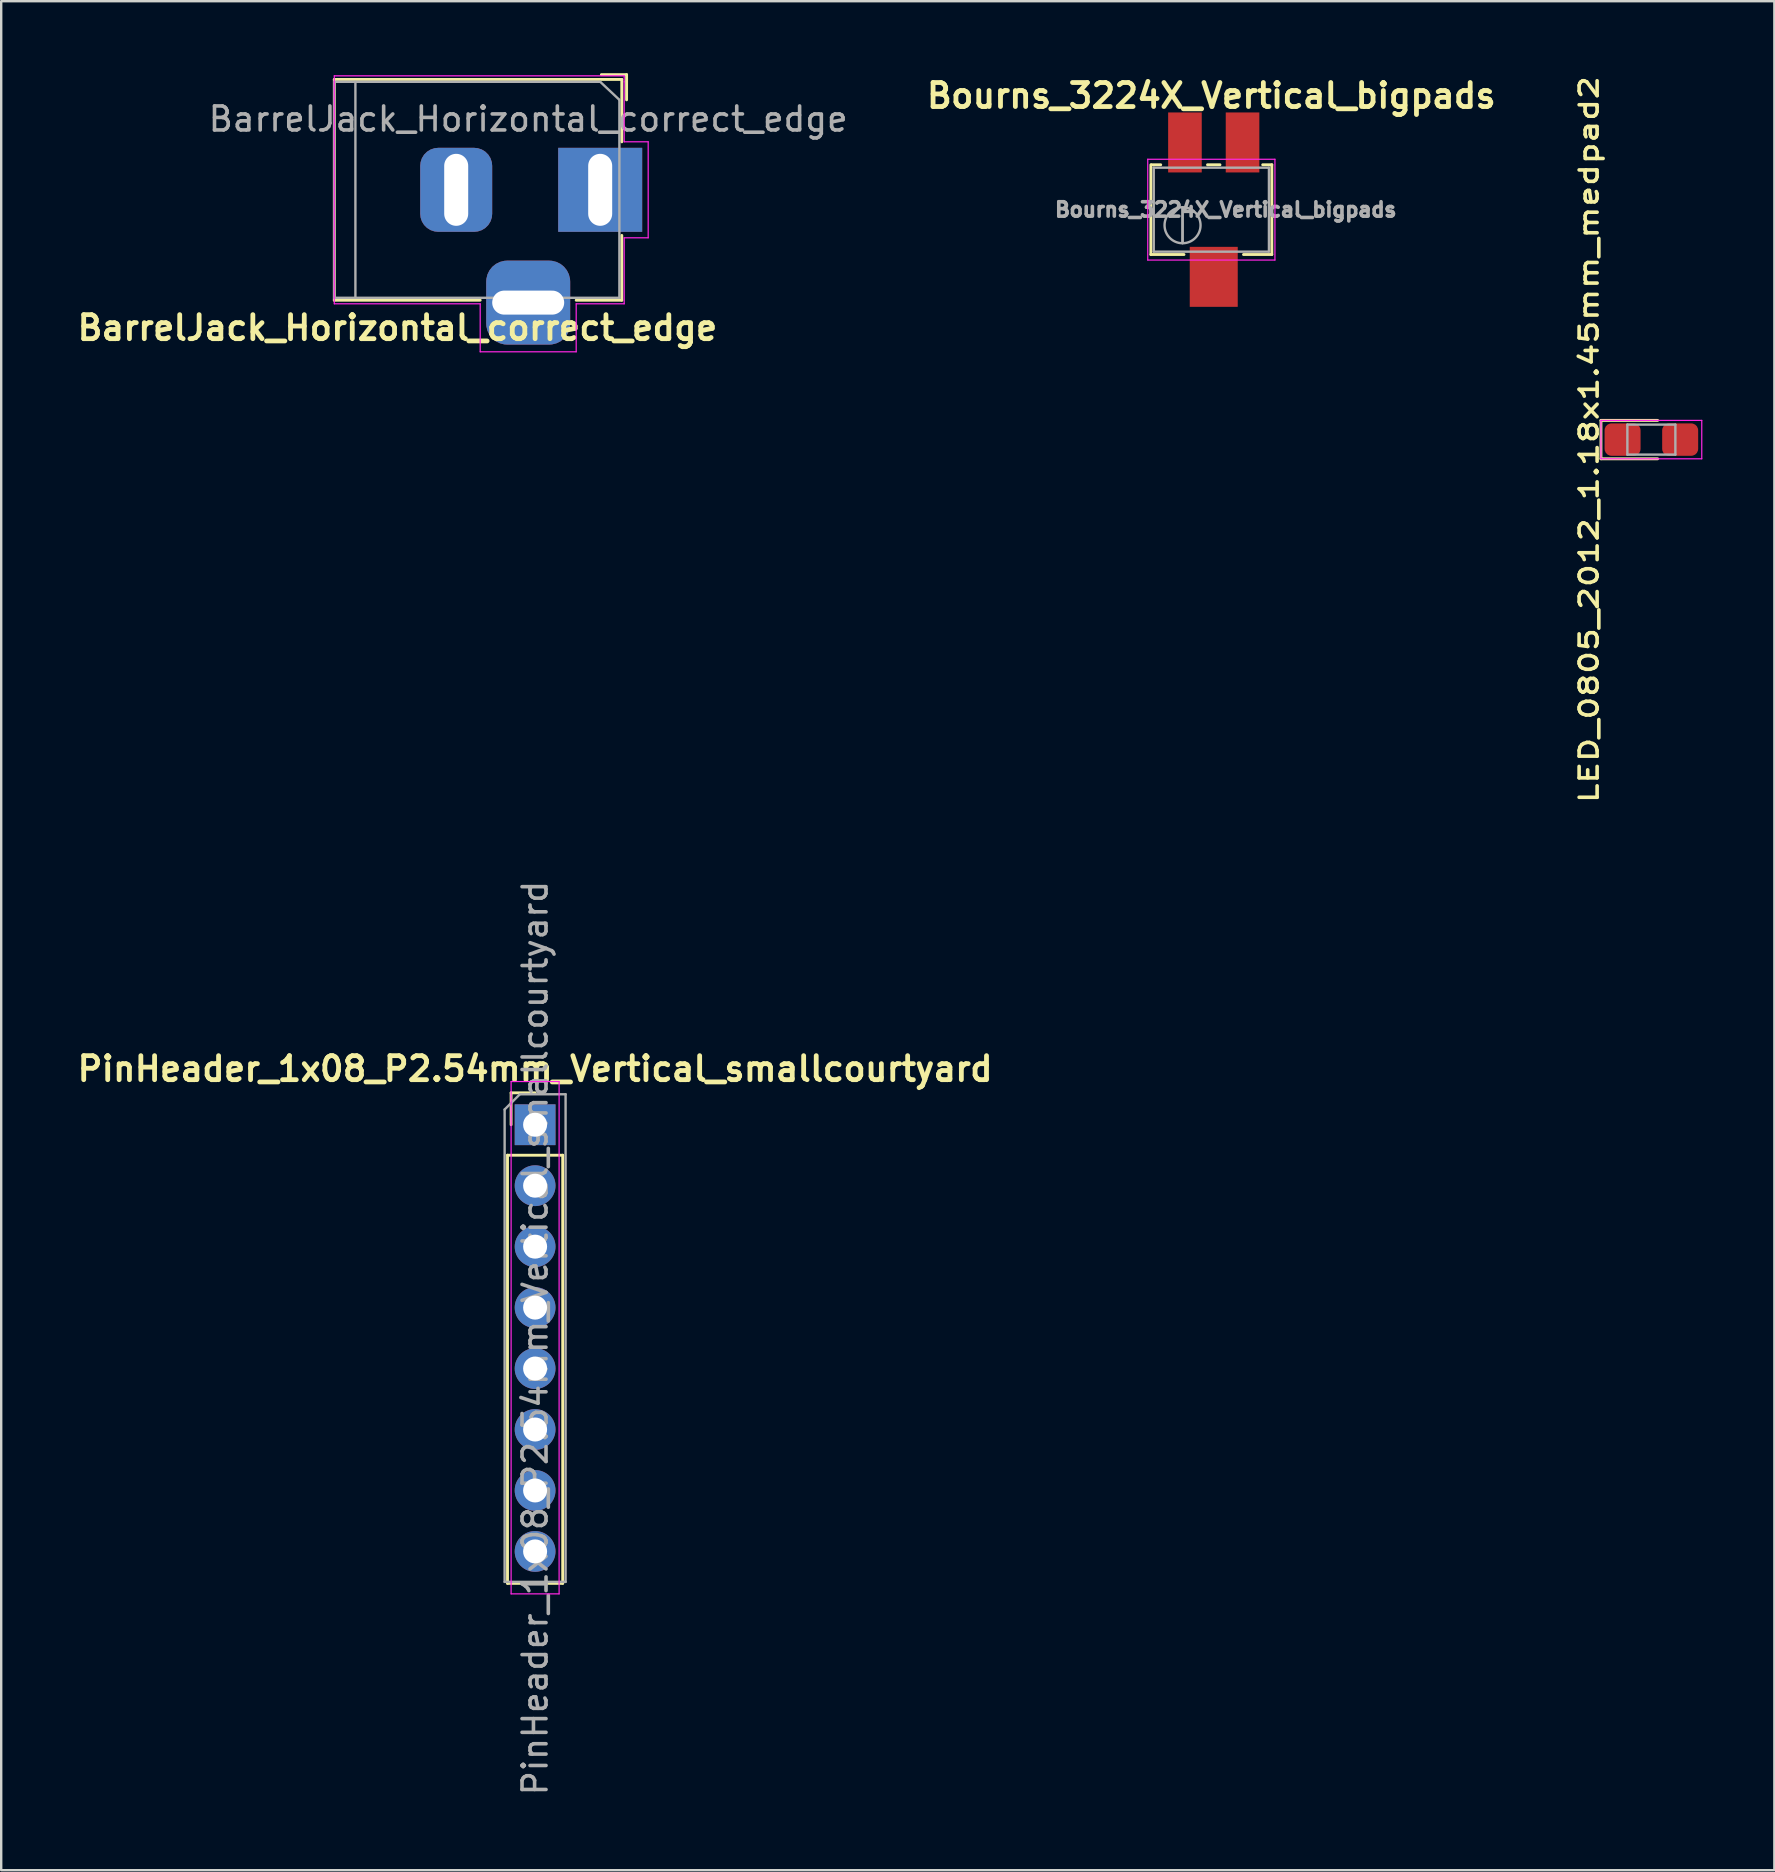
<source format=kicad_pcb>
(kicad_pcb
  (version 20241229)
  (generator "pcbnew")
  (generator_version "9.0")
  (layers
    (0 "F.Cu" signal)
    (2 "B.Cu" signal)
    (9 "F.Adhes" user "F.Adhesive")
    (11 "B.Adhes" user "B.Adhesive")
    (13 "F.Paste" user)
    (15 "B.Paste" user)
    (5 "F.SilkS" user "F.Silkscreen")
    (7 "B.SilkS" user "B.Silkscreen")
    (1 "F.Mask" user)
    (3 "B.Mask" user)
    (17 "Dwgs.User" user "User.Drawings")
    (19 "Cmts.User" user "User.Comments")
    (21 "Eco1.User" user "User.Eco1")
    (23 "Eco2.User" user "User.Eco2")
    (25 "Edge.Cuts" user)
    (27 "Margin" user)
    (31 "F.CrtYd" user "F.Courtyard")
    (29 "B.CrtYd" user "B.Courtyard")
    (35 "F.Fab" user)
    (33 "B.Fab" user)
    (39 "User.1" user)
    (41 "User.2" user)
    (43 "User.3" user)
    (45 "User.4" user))
  (footprint "Bourns_3224X_Vertical_bigpads"
    (layer "F.Cu")
    (at 47.527 5.686)
    (property "Reference" "Bourns_3224X_Vertical_bigpads" (at -0.1 -4.75 0) (layer "F.SilkS") (effects (font (size 1 1) (thickness 0.2) (bold yes))))
    (attr smd)
    (fp_line (start -2.62 -1.87) (end -2.62 1.87) (stroke (width 0.12) (type solid)) (layer "F.SilkS"))
    (fp_line (start -2.62 1.87) (end -1.24 1.87) (stroke (width 0.12) (type solid)) (layer "F.SilkS"))
    (fp_line (start -2.59 -1.87) (end -2.21 -1.87) (stroke (width 0.12) (type solid)) (layer "F.SilkS"))
    (fp_line (start -0.26 -1.87) (end 0.26 -1.87) (stroke (width 0.12) (type solid)) (layer "F.SilkS"))
    (fp_line (start 1.24 1.87) (end 2.42 1.87) (stroke (width 0.12) (type solid)) (layer "F.SilkS"))
    (fp_line (start 2.04 -1.87) (end 2.42 -1.87) (stroke (width 0.12) (type solid)) (layer "F.SilkS"))
    (fp_line (start 2.42 -1.87) (end 2.42 1.87) (stroke (width 0.12) (type solid)) (layer "F.SilkS"))
    (fp_line (start -2.75 -2.1) (end -2.75 2.1) (stroke (width 0.05) (type solid)) (layer "F.CrtYd"))
    (fp_line (start -2.75 2.1) (end 2.55 2.1) (stroke (width 0.05) (type solid)) (layer "F.CrtYd"))
    (fp_line (start 2.55 -2.1) (end -2.75 -2.1) (stroke (width 0.05) (type solid)) (layer "F.CrtYd"))
    (fp_line (start 2.55 2.1) (end 2.55 -2.1) (stroke (width 0.05) (type solid)) (layer "F.CrtYd"))
    (fp_line (start -2.5 -1.75) (end -2.5 1.75) (stroke (width 0.1) (type solid)) (layer "F.Fab"))
    (fp_line (start -2.5 1.75) (end 2.3 1.75) (stroke (width 0.1) (type solid)) (layer "F.Fab"))
    (fp_line (start -1.3 1.393) (end -1.299 -0.092) (stroke (width 0.1) (type solid)) (layer "F.Fab"))
    (fp_line (start -1.3 1.393) (end -1.299 -0.092) (stroke (width 0.1) (type solid)) (layer "F.Fab"))
    (fp_line (start 2.3 -1.75) (end -2.5 -1.75) (stroke (width 0.1) (type solid)) (layer "F.Fab"))
    (fp_line (start 2.3 1.75) (end 2.3 -1.75) (stroke (width 0.1) (type solid)) (layer "F.Fab"))
    (fp_circle (center -1.3 0.65) (end -0.55 0.65) (stroke (width 0.1) (type solid)) (fill no) (layer "F.Fab"))
    (fp_text user "${REFERENCE}" (at 0.5 0 0) (layer "F.Fab") (effects (font (size 0.6 0.6) (thickness 0.15))))
    (pad "1" smd rect (at 1.2 -2.8) (size 1.4 2.5) (layers "F.Cu" "F.Mask" "F.Paste"))
    (pad "2" smd rect (at 0 2.8) (size 2 2.5) (layers "F.Cu" "F.Mask" "F.Paste"))
    (pad "3" smd rect (at -1.2 -2.8) (size 1.4 2.5) (layers "F.Cu" "F.Mask" "F.Paste")))
  (footprint "LED_0805_2012_1.18x1.45mm_medpad2"
    (layer "F.Cu")
    (at 65.763 15.268)
    (property "Reference" "LED_0805_2012_1.18x1.45mm_medpad2" (at -2.6 0 90) (layer "F.SilkS") (effects (font (size 0.75 1) (thickness 0.15) (bold yes))))
    (attr smd)
    (fp_line (start -2.1 -0.8) (end 0.261 -0.8) (stroke (width 0.12) (type solid)) (layer "F.SilkS"))
    (fp_line (start -2.1 0.8) (end -2.1 -0.8) (stroke (width 0.12) (type solid)) (layer "F.SilkS"))
    (fp_line (start -2.1 0.8) (end 0.261 0.8) (stroke (width 0.12) (type solid)) (layer "F.SilkS"))
    (fp_line (start -2.1 -0.8) (end 2.1 -0.8) (stroke (width 0.05) (type solid)) (layer "F.CrtYd"))
    (fp_line (start -2.1 0.8) (end -2.1 -0.8) (stroke (width 0.05) (type solid)) (layer "F.CrtYd"))
    (fp_line (start 2.1 -0.8) (end 2.1 0.8) (stroke (width 0.05) (type solid)) (layer "F.CrtYd"))
    (fp_line (start 2.1 0.8) (end -2.1 0.8) (stroke (width 0.05) (type solid)) (layer "F.CrtYd"))
    (fp_line (start -1 -0.625) (end 1 -0.625) (stroke (width 0.1) (type solid)) (layer "F.Fab"))
    (fp_line (start -1 0.625) (end -1 -0.625) (stroke (width 0.1) (type solid)) (layer "F.Fab"))
    (fp_line (start 1 -0.625) (end 1 0.625) (stroke (width 0.1) (type solid)) (layer "F.Fab"))
    (fp_line (start 1 0.625) (end -1 0.625) (stroke (width 0.1) (type solid)) (layer "F.Fab"))
    (pad "1" smd roundrect (at -1.2 0) (size 1.5 1.35) (layers "F.Cu" "F.Mask" "F.Paste") (roundrect_rratio 0.213))
    (pad "2" smd roundrect (at 1.2 0) (size 1.5 1.35) (layers "F.Cu" "F.Mask" "F.Paste") (roundrect_rratio 0.213)))
  (footprint "BarrelJack_Horizontal_correct_edge"
    (layer "F.Cu")
    (at 21.96 4.86)
    (property "Reference" "BarrelJack_Horizontal_correct_edge" (at -8.45 5.75 0) (layer "F.SilkS") (effects (font (size 1 1) (thickness 0.2) (bold yes))))
    (attr through_hole)
    (fp_line (start -11.08 -4.6) (end 0.9 -4.6) (stroke (width 0.12) (type solid)) (layer "F.SilkS"))
    (fp_line (start -11.08 4.6) (end -11.08 -4.6) (stroke (width 0.12) (type solid)) (layer "F.SilkS"))
    (fp_line (start -5 4.6) (end -11.08 4.6) (stroke (width 0.12) (type solid)) (layer "F.SilkS"))
    (fp_line (start 0.05 -4.8) (end 1.1 -4.8) (stroke (width 0.12) (type solid)) (layer "F.SilkS"))
    (fp_line (start 0.9 -4.6) (end 0.9 -2) (stroke (width 0.12) (type solid)) (layer "F.SilkS"))
    (fp_line (start 0.9 1.9) (end 0.9 4.6) (stroke (width 0.12) (type solid)) (layer "F.SilkS"))
    (fp_line (start 0.9 4.6) (end -1 4.6) (stroke (width 0.12) (type solid)) (layer "F.SilkS"))
    (fp_line (start 1.1 -3.75) (end 1.1 -4.8) (stroke (width 0.12) (type solid)) (layer "F.SilkS"))
    (fp_line (start -11.08 4.75) (end -11.08 -4.75) (stroke (width 0.05) (type solid)) (layer "F.CrtYd"))
    (fp_line (start -5 4.75) (end -11.08 4.75) (stroke (width 0.05) (type solid)) (layer "F.CrtYd"))
    (fp_line (start -5 6.75) (end -5 4.75) (stroke (width 0.05) (type solid)) (layer "F.CrtYd"))
    (fp_line (start -1 4.75) (end -1 6.75) (stroke (width 0.05) (type solid)) (layer "F.CrtYd"))
    (fp_line (start -1 6.75) (end -5 6.75) (stroke (width 0.05) (type solid)) (layer "F.CrtYd"))
    (fp_line (start 1 -4.75) (end -11.08 -4.75) (stroke (width 0.05) (type solid)) (layer "F.CrtYd"))
    (fp_line (start 1 -4.5) (end 1 -4.75) (stroke (width 0.05) (type solid)) (layer "F.CrtYd"))
    (fp_line (start 1 -4.5) (end 1 -2) (stroke (width 0.05) (type solid)) (layer "F.CrtYd"))
    (fp_line (start 1 -2) (end 2 -2) (stroke (width 0.05) (type solid)) (layer "F.CrtYd"))
    (fp_line (start 1 2) (end 1 4.75) (stroke (width 0.05) (type solid)) (layer "F.CrtYd"))
    (fp_line (start 1 4.75) (end -1 4.75) (stroke (width 0.05) (type solid)) (layer "F.CrtYd"))
    (fp_line (start 2 -2) (end 2 2) (stroke (width 0.05) (type solid)) (layer "F.CrtYd"))
    (fp_line (start 2 2) (end 1 2) (stroke (width 0.05) (type solid)) (layer "F.CrtYd"))
    (fp_line (start -11.08 -4.5) (end -11.08 4.5) (stroke (width 0.1) (type solid)) (layer "F.Fab"))
    (fp_line (start -11.08 4.5) (end 0.8 4.5) (stroke (width 0.1) (type solid)) (layer "F.Fab"))
    (fp_line (start -10.2 -4.5) (end -10.2 4.5) (stroke (width 0.1) (type solid)) (layer "F.Fab"))
    (fp_line (start -0.003 -4.505) (end 0.8 -3.75) (stroke (width 0.1) (type solid)) (layer "F.Fab"))
    (fp_line (start 0 -4.5) (end -11.08 -4.5) (stroke (width 0.1) (type solid)) (layer "F.Fab"))
    (fp_line (start 0.8 4.5) (end 0.8 -3.75) (stroke (width 0.1) (type solid)) (layer "F.Fab"))
    (fp_text user "${REFERENCE}" (at -3 -2.95 0) (layer "F.Fab") (effects (font (size 1 1) (thickness 0.15))))
    (pad "1" thru_hole rect (at 0 0) (size 3.5 3.5) (drill oval 1 3) (layers "*.Cu" "*.Mask"))
    (pad "2" thru_hole roundrect (at -6 0) (size 3 3.5) (drill oval 1 3) (layers "*.Cu" "*.Mask") (roundrect_rratio 0.25))
    (pad "3" thru_hole roundrect (at -3 4.7) (size 3.5 3.5) (drill oval 3 1) (layers "*.Cu" "*.Mask") (roundrect_rratio 0.25)))
  (footprint "PinHeader_1x08_P2.54mm_Vertical_smallcourtyard"
    (layer "F.Cu")
    (at 19.248 43.818)
    (property "Reference" "PinHeader_1x08_P2.54mm_Vertical_smallcourtyard" (at 0 -2.33 0) (layer "F.SilkS") (effects (font (size 1 1) (thickness 0.2) (bold yes))))
    (attr through_hole)
    (fp_line (start -1.15 1.27) (end -1.15 19.11) (stroke (width 0.12) (type solid)) (layer "F.SilkS"))
    (fp_line (start -1.15 1.27) (end 1.15 1.27) (stroke (width 0.12) (type solid)) (layer "F.SilkS"))
    (fp_line (start -1.15 19.11) (end 1.15 19.11) (stroke (width 0.12) (type solid)) (layer "F.SilkS"))
    (fp_line (start -1 -1.33) (end 0 -1.33) (stroke (width 0.12) (type solid)) (layer "F.SilkS"))
    (fp_line (start -1 0) (end -1 -1.33) (stroke (width 0.12) (type solid)) (layer "F.SilkS"))
    (fp_line (start 1.15 1.27) (end 1.15 19.11) (stroke (width 0.12) (type solid)) (layer "F.SilkS"))
    (fp_line (start -1 -1.8) (end -1 19.55) (stroke (width 0.05) (type solid)) (layer "F.CrtYd"))
    (fp_line (start -1 19.55) (end 1 19.55) (stroke (width 0.05) (type solid)) (layer "F.CrtYd"))
    (fp_line (start 1 -1.8) (end -1 -1.8) (stroke (width 0.05) (type solid)) (layer "F.CrtYd"))
    (fp_line (start 1 19.55) (end 1 -1.8) (stroke (width 0.05) (type solid)) (layer "F.CrtYd"))
    (fp_line (start -1.27 -0.635) (end -0.635 -1.27) (stroke (width 0.1) (type solid)) (layer "F.Fab"))
    (fp_line (start -1.27 19.05) (end -1.27 -0.635) (stroke (width 0.1) (type solid)) (layer "F.Fab"))
    (fp_line (start -0.635 -1.27) (end 1.27 -1.27) (stroke (width 0.1) (type solid)) (layer "F.Fab"))
    (fp_line (start 1.27 -1.27) (end 1.27 19.05) (stroke (width 0.1) (type solid)) (layer "F.Fab"))
    (fp_line (start 1.27 19.05) (end -1.27 19.05) (stroke (width 0.1) (type solid)) (layer "F.Fab"))
    (fp_text user "${REFERENCE}" (at 0 8.89 90) (layer "F.Fab") (effects (font (size 1 1) (thickness 0.15))))
    (pad "1" thru_hole rect (at 0 0) (size 1.7 1.7) (drill 1) (layers "*.Cu" "*.Mask"))
    (pad "2" thru_hole oval (at 0 2.54) (size 1.7 1.7) (drill 1) (layers "*.Cu" "*.Mask"))
    (pad "3" thru_hole oval (at 0 5.08) (size 1.7 1.7) (drill 1) (layers "*.Cu" "*.Mask"))
    (pad "4" thru_hole oval (at 0 7.62) (size 1.7 1.7) (drill 1) (layers "*.Cu" "*.Mask"))
    (pad "5" thru_hole oval (at 0 10.16) (size 1.7 1.7) (drill 1) (layers "*.Cu" "*.Mask"))
    (pad "6" thru_hole oval (at 0 12.7) (size 1.7 1.7) (drill 1) (layers "*.Cu" "*.Mask"))
    (pad "7" thru_hole oval (at 0 15.24) (size 1.7 1.7) (drill 1) (layers "*.Cu" "*.Mask"))
    (pad "8" thru_hole oval (at 0 17.78) (size 1.7 1.7) (drill 1) (layers "*.Cu" "*.Mask")))
  (gr_rect
    (start -3 -3)
    (end 70.888 74.881)
    (stroke (width 0.1) (type default))
    (fill no)
    (layer "Edge.Cuts")))
</source>
